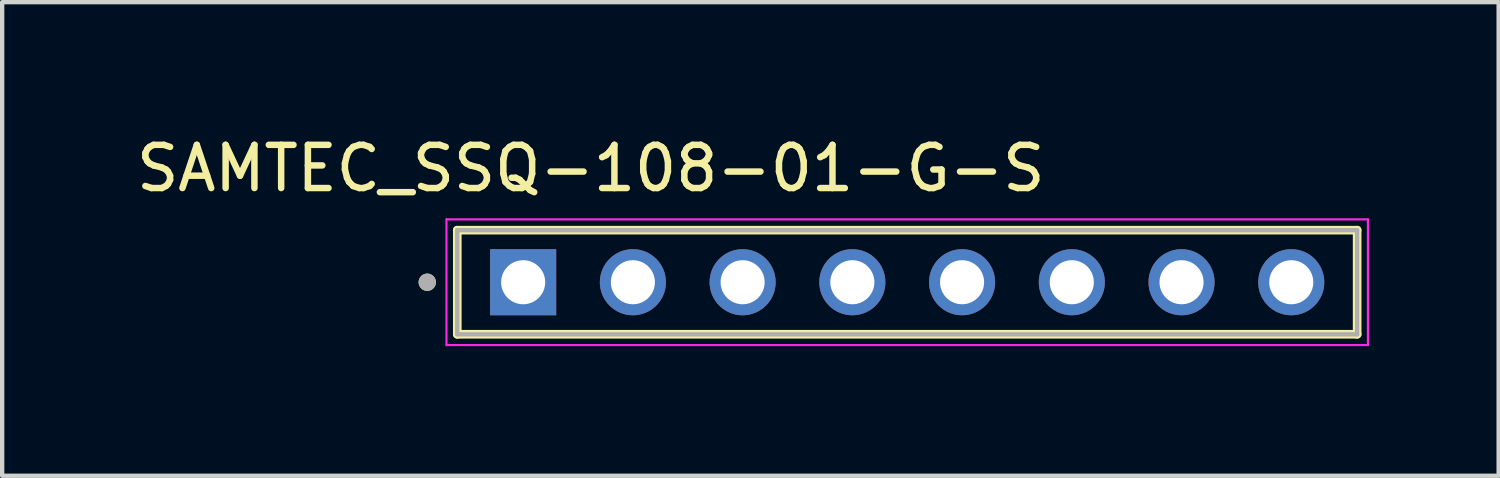
<source format=kicad_pcb>
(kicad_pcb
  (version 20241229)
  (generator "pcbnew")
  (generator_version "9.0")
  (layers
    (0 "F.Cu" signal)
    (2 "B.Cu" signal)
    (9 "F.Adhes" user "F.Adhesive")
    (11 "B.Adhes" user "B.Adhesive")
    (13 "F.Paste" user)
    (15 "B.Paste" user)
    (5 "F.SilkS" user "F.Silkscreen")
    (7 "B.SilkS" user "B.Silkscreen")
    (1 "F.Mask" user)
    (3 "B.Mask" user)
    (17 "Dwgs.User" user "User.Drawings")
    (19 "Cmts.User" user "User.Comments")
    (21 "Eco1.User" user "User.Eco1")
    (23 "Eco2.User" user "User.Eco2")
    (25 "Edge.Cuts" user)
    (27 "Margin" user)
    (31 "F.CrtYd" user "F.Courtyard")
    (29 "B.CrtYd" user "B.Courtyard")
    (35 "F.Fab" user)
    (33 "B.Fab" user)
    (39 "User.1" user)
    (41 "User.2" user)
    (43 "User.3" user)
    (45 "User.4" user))
  (footprint "SAMTEC_SSQ-108-01-G-S"
    (layer "F.Cu")
    (at 17.95 3.483)
    (property "Reference" "SAMTEC_SSQ-108-01-G-S" (at -7.325 -2.635 0) (layer "F.SilkS") (effects (font (size 1 1) (thickness 0.15))))
    (attr through_hole)
    (fp_line (start -10.415 -1.205) (end -10.415 1.205) (stroke (width 0.2) (type solid)) (layer "F.SilkS"))
    (fp_line (start -10.415 1.205) (end 10.415 1.205) (stroke (width 0.2) (type solid)) (layer "F.SilkS"))
    (fp_line (start 10.415 -1.205) (end -10.415 -1.205) (stroke (width 0.2) (type solid)) (layer "F.SilkS"))
    (fp_line (start 10.415 1.205) (end 10.415 -1.205) (stroke (width 0.2) (type solid)) (layer "F.SilkS"))
    (fp_circle (center -11.11 0) (end -11.01 0) (stroke (width 0.2) (type solid)) (fill no) (layer "F.SilkS"))
    (fp_line (start -10.665 -1.455) (end -10.665 1.455) (stroke (width 0.05) (type solid)) (layer "F.CrtYd"))
    (fp_line (start -10.665 1.455) (end 10.665 1.455) (stroke (width 0.05) (type solid)) (layer "F.CrtYd"))
    (fp_line (start 10.665 -1.455) (end -10.665 -1.455) (stroke (width 0.05) (type solid)) (layer "F.CrtYd"))
    (fp_line (start 10.665 1.455) (end 10.665 -1.455) (stroke (width 0.05) (type solid)) (layer "F.CrtYd"))
    (fp_line (start -10.415 -1.205) (end -10.415 1.205) (stroke (width 0.1) (type solid)) (layer "F.Fab"))
    (fp_line (start -10.415 1.205) (end 10.415 1.205) (stroke (width 0.1) (type solid)) (layer "F.Fab"))
    (fp_line (start 10.415 -1.205) (end -10.415 -1.205) (stroke (width 0.1) (type solid)) (layer "F.Fab"))
    (fp_line (start 10.415 1.205) (end 10.415 -1.205) (stroke (width 0.1) (type solid)) (layer "F.Fab"))
    (fp_circle (center -11.11 0) (end -11.01 0) (stroke (width 0.2) (type solid)) (fill no) (layer "F.Fab"))
    (pad "01" thru_hole rect (at -8.89 0) (size 1.53 1.53) (drill 1.02) (layers "*.Cu" "*.Mask"))
    (pad "02" thru_hole circle (at -6.35 0) (size 1.53 1.53) (drill 1.02) (layers "*.Cu" "*.Mask"))
    (pad "03" thru_hole circle (at -3.81 0) (size 1.53 1.53) (drill 1.02) (layers "*.Cu" "*.Mask"))
    (pad "04" thru_hole circle (at -1.27 0) (size 1.53 1.53) (drill 1.02) (layers "*.Cu" "*.Mask"))
    (pad "05" thru_hole circle (at 1.27 0) (size 1.53 1.53) (drill 1.02) (layers "*.Cu" "*.Mask"))
    (pad "06" thru_hole circle (at 3.81 0) (size 1.53 1.53) (drill 1.02) (layers "*.Cu" "*.Mask"))
    (pad "07" thru_hole circle (at 6.35 0) (size 1.53 1.53) (drill 1.02) (layers "*.Cu" "*.Mask"))
    (pad "08" thru_hole circle (at 8.89 0) (size 1.53 1.53) (drill 1.02) (layers "*.Cu" "*.Mask")))
  (gr_rect
    (start -3 -3)
    (end 31.64 7.963)
    (stroke (width 0.1) (type default))
    (fill no)
    (layer "Edge.Cuts")))
</source>
